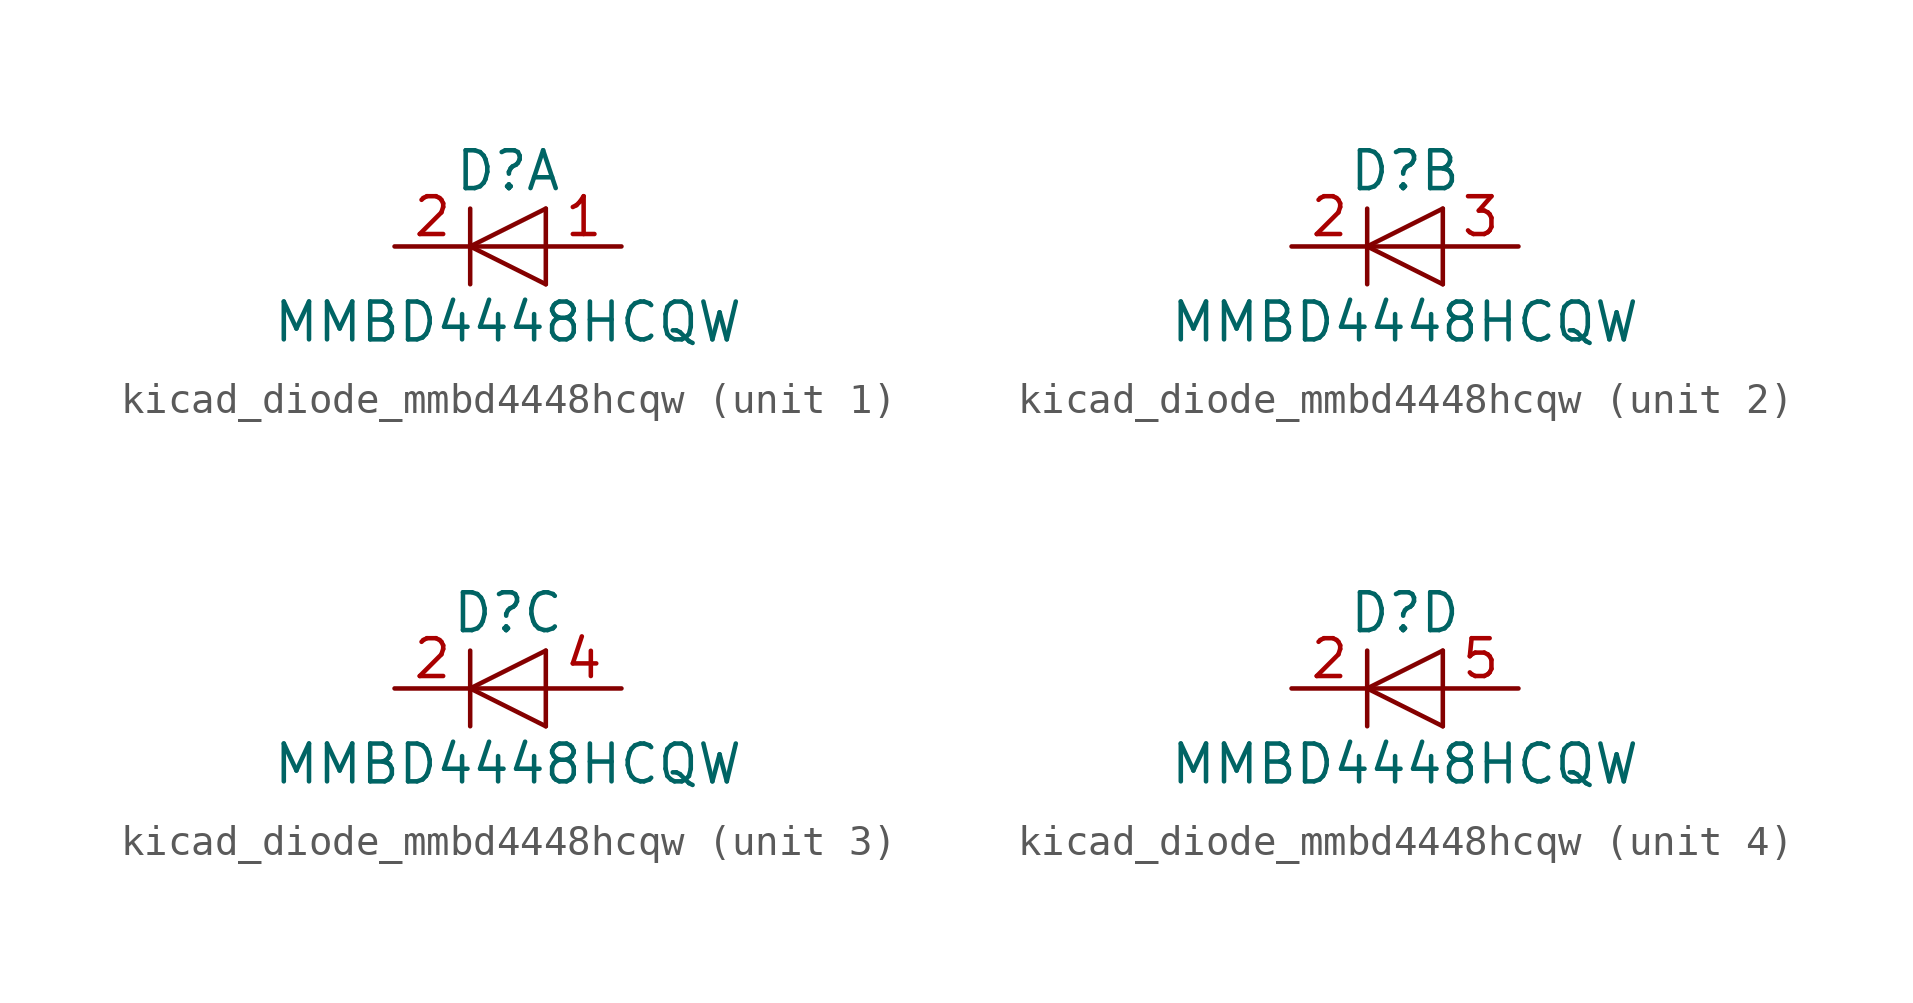
<source format=kicad_sym>
(kicad_symbol_lib
  (version 20220914)
  (generator kicad_symbol_editor)
  (symbol "kicad_diode_mmbd4448hcqw"
    (pin_names
      (offset 1.016) hide)
    (property "Reference" "D"
      (at 0 2.54 0)
      (effects (font (size 1.27 1.27))))
    (property "Value" "MMBD4448HCQW"
      (at 0 -2.54 0)
      (effects (font (size 1.27 1.27))))
    (symbol "kicad_diode_mmbd4448hcqw_0_1"
      (polyline (pts (xy -1.27 1.27) (xy -1.27 -1.27)) (stroke (width 0.152) (type default)) (fill (type none)))
      (polyline (pts (xy 1.27 -1.27) (xy 1.27 1.27)) (stroke (width 0) (type default)) (fill (type none)))
      (polyline (pts (xy 1.27 0) (xy -1.27 0)) (stroke (width 0) (type default)) (fill (type none)))
      (polyline (pts (xy 1.27 1.27) (xy -1.27 0) (xy 1.27 -1.27)) (stroke (width 0) (type default)) (fill (type none))))
    (symbol "kicad_diode_mmbd4448hcqw_1_1"
      (pin passive line (at 3.81 0 180) (length 2.54) (name "A" (effects (font (size 1.27 1.27)))) (number "1" (effects (font (size 1.27 1.27)))))
      (pin passive line (at -3.81 0 0) (length 2.54) (name "K" (effects (font (size 1.27 1.27)))) (number "2" (effects (font (size 1.27 1.27))))))
    (symbol "kicad_diode_mmbd4448hcqw_2_1"
      (pin passive line (at -3.81 0 0) (length 2.54) (name "K" (effects (font (size 1.27 1.27)))) (number "2" (effects (font (size 1.27 1.27)))))
      (pin passive line (at 3.81 0 180) (length 2.54) (name "A" (effects (font (size 1.27 1.27)))) (number "3" (effects (font (size 1.27 1.27))))))
    (symbol "kicad_diode_mmbd4448hcqw_3_1"
      (pin passive line (at -3.81 0 0) (length 2.54) (name "K" (effects (font (size 1.27 1.27)))) (number "2" (effects (font (size 1.27 1.27)))))
      (pin passive line (at 3.81 0 180) (length 2.54) (name "A" (effects (font (size 1.27 1.27)))) (number "4" (effects (font (size 1.27 1.27))))))
    (symbol "kicad_diode_mmbd4448hcqw_4_1"
      (pin passive line (at -3.81 0 0) (length 2.54) (name "K" (effects (font (size 1.27 1.27)))) (number "2" (effects (font (size 1.27 1.27)))))
      (pin passive line (at 3.81 0 180) (length 2.54) (name "A" (effects (font (size 1.27 1.27)))) (number "5" (effects (font (size 1.27 1.27))))))))
</source>
